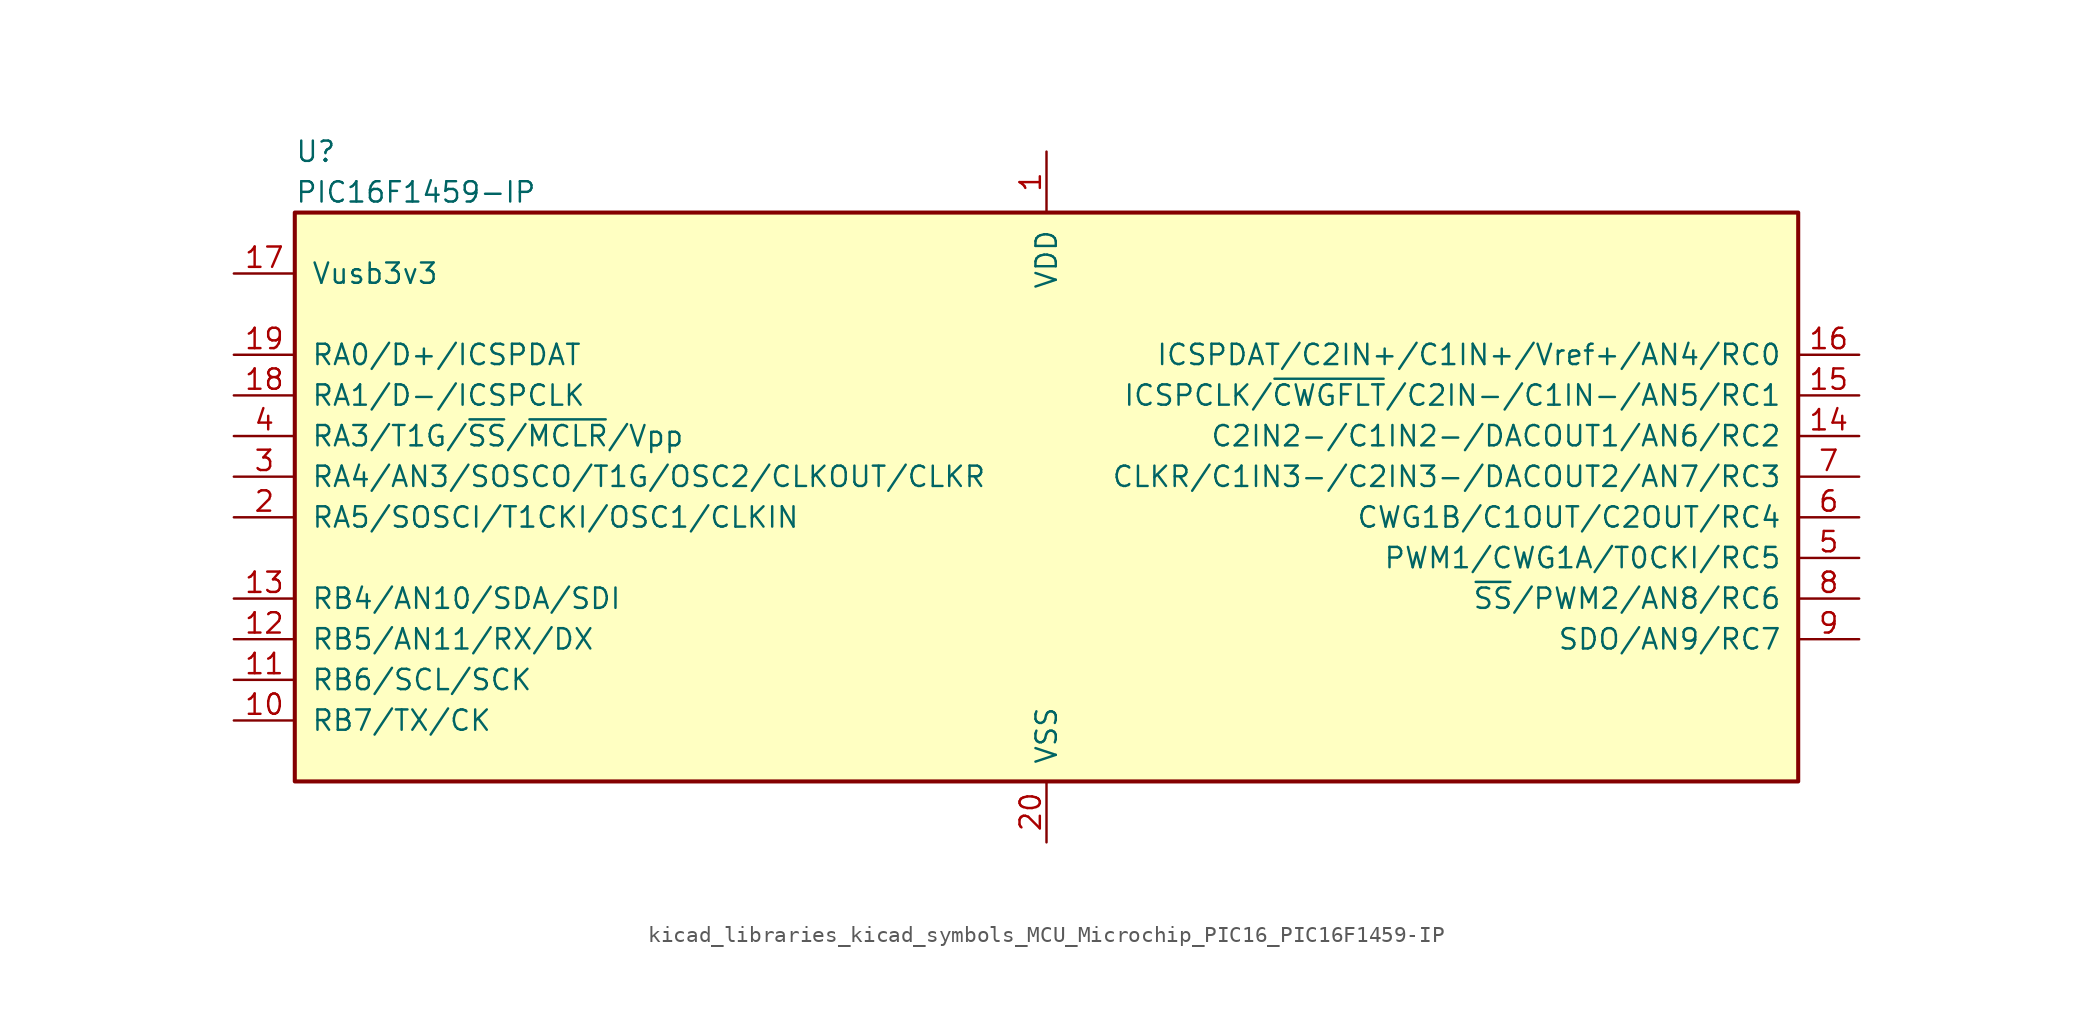
<source format=kicad_sym>
(kicad_symbol_lib
  (version 20220914)
  (generator kicad_symbol_editor)
  (symbol "kicad_libraries_kicad_symbols_MCU_Microchip_PIC16_PIC16F1459-IP"
    (pin_names
      (offset 1.016))
    (property "Reference" "U"
      (at -46.99 17.78 0)
      (effects (font (size 1.27 1.27)) (justify left)))
    (property "Value" "PIC16F1459-IP"
      (at -46.99 15.24 0)
      (effects (font (size 1.27 1.27)) (justify left)))
    (symbol "kicad_libraries_kicad_symbols_MCU_Microchip_PIC16_PIC16F1459-IP_0_1"
      (rectangle (start -46.99 13.97) (end 46.99 -21.59) (stroke (width 0.254) (type default)) (fill (type background))))
    (symbol "kicad_libraries_kicad_symbols_MCU_Microchip_PIC16_PIC16F1459-IP_1_1"
      (pin power_in line (at 0 17.78 270) (length 3.81) (name "VDD" (effects (font (size 1.27 1.27)))) (number "1" (effects (font (size 1.27 1.27)))))
      (pin bidirectional line (at -50.8 -17.78 0) (length 3.81) (name "RB7/TX/CK" (effects (font (size 1.27 1.27)))) (number "10" (effects (font (size 1.27 1.27)))))
      (pin bidirectional line (at -50.8 -15.24 0) (length 3.81) (name "RB6/SCL/SCK" (effects (font (size 1.27 1.27)))) (number "11" (effects (font (size 1.27 1.27)))))
      (pin bidirectional line (at -50.8 -12.7 0) (length 3.81) (name "RB5/AN11/RX/DX" (effects (font (size 1.27 1.27)))) (number "12" (effects (font (size 1.27 1.27)))))
      (pin bidirectional line (at -50.8 -10.16 0) (length 3.81) (name "RB4/AN10/SDA/SDI" (effects (font (size 1.27 1.27)))) (number "13" (effects (font (size 1.27 1.27)))))
      (pin bidirectional line (at 50.8 0 180) (length 3.81) (name "C2IN2-/C1IN2-/DACOUT1/AN6/RC2" (effects (font (size 1.27 1.27)))) (number "14" (effects (font (size 1.27 1.27)))))
      (pin bidirectional line (at 50.8 2.54 180) (length 3.81) (name "ICSPCLK/~{CWGFLT}/C2IN-/C1IN-/AN5/RC1" (effects (font (size 1.27 1.27)))) (number "15" (effects (font (size 1.27 1.27)))))
      (pin bidirectional line (at 50.8 5.08 180) (length 3.81) (name "ICSPDAT/C2IN+/C1IN+/Vref+/AN4/RC0" (effects (font (size 1.27 1.27)))) (number "16" (effects (font (size 1.27 1.27)))))
      (pin bidirectional line (at -50.8 10.16 0) (length 3.81) (name "Vusb3v3" (effects (font (size 1.27 1.27)))) (number "17" (effects (font (size 1.27 1.27)))))
      (pin bidirectional line (at -50.8 2.54 0) (length 3.81) (name "RA1/D-/ICSPCLK" (effects (font (size 1.27 1.27)))) (number "18" (effects (font (size 1.27 1.27)))))
      (pin bidirectional line (at -50.8 5.08 0) (length 3.81) (name "RA0/D+/ICSPDAT" (effects (font (size 1.27 1.27)))) (number "19" (effects (font (size 1.27 1.27)))))
      (pin bidirectional line (at -50.8 -5.08 0) (length 3.81) (name "RA5/SOSCI/T1CKI/OSC1/CLKIN" (effects (font (size 1.27 1.27)))) (number "2" (effects (font (size 1.27 1.27)))))
      (pin power_in line (at 0 -25.4 90) (length 3.81) (name "VSS" (effects (font (size 1.27 1.27)))) (number "20" (effects (font (size 1.27 1.27)))))
      (pin bidirectional line (at -50.8 -2.54 0) (length 3.81) (name "RA4/AN3/SOSCO/T1G/OSC2/CLKOUT/CLKR" (effects (font (size 1.27 1.27)))) (number "3" (effects (font (size 1.27 1.27)))))
      (pin input line (at -50.8 0 0) (length 3.81) (name "RA3/T1G/~{SS}/~{MCLR}/Vpp" (effects (font (size 1.27 1.27)))) (number "4" (effects (font (size 1.27 1.27)))))
      (pin bidirectional line (at 50.8 -7.62 180) (length 3.81) (name "PWM1/CWG1A/T0CKI/RC5" (effects (font (size 1.27 1.27)))) (number "5" (effects (font (size 1.27 1.27)))))
      (pin bidirectional line (at 50.8 -5.08 180) (length 3.81) (name "CWG1B/C1OUT/C2OUT/RC4" (effects (font (size 1.27 1.27)))) (number "6" (effects (font (size 1.27 1.27)))))
      (pin bidirectional line (at 50.8 -2.54 180) (length 3.81) (name "CLKR/C1IN3-/C2IN3-/DACOUT2/AN7/RC3" (effects (font (size 1.27 1.27)))) (number "7" (effects (font (size 1.27 1.27)))))
      (pin bidirectional line (at 50.8 -10.16 180) (length 3.81) (name "~{SS}/PWM2/AN8/RC6" (effects (font (size 1.27 1.27)))) (number "8" (effects (font (size 1.27 1.27)))))
      (pin bidirectional line (at 50.8 -12.7 180) (length 3.81) (name "SDO/AN9/RC7" (effects (font (size 1.27 1.27)))) (number "9" (effects (font (size 1.27 1.27))))))))
</source>
